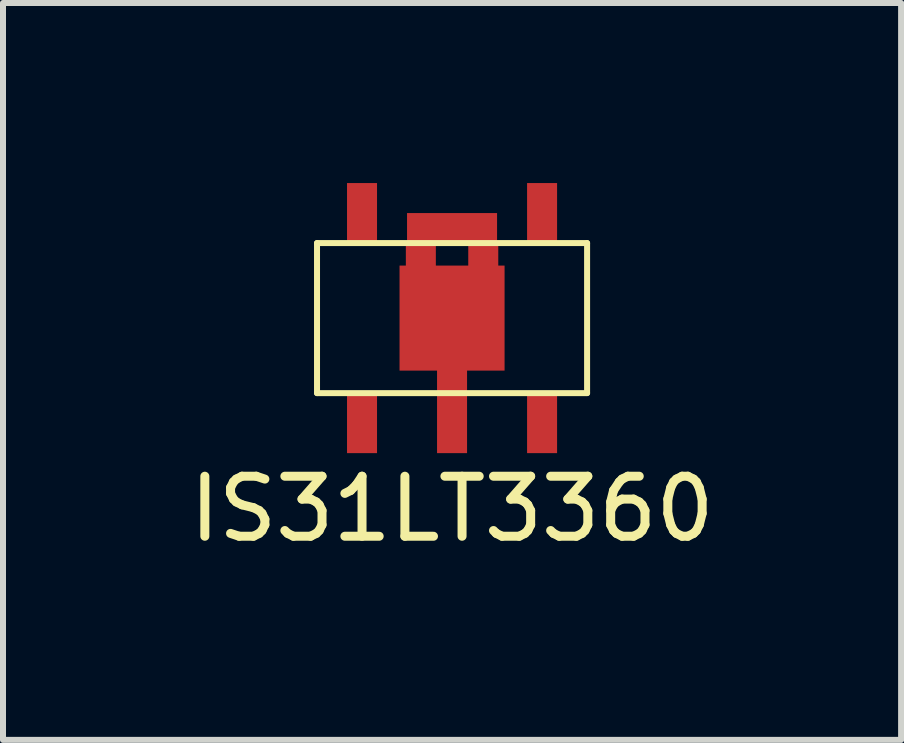
<source format=kicad_pcb>
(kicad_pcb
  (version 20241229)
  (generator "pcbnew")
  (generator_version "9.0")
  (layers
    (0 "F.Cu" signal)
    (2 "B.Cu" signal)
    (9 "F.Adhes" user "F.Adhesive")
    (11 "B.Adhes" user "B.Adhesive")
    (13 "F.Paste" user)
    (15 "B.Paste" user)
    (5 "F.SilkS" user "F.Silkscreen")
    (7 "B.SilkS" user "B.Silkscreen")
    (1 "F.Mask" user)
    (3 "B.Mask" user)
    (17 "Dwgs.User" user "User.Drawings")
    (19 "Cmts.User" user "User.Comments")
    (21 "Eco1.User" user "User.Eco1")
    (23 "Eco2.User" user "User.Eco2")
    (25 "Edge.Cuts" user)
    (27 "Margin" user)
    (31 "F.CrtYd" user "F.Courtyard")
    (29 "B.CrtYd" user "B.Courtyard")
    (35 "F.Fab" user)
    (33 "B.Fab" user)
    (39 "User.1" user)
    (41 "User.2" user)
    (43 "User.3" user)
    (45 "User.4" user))
  (footprint "IS31LT3360"
    (layer "F.Cu")
    (at 4.482 2.25)
    (property "Reference" "IS31LT3360" (at 0 3.18 0) (layer "F.SilkS") (effects (font (size 1 1) (thickness 0.15))))
    (attr through_hole)
    (fp_line (start -2.25 -1.25) (end 2.25 -1.25) (stroke (width 0.1) (type solid)) (layer "F.SilkS"))
    (fp_line (start -2.25 1.25) (end -2.25 -1.25) (stroke (width 0.1) (type solid)) (layer "F.SilkS"))
    (fp_line (start 2.25 -1.25) (end 2.25 1.25) (stroke (width 0.1) (type solid)) (layer "F.SilkS"))
    (fp_line (start 2.25 1.25) (end -2.25 1.25) (stroke (width 0.1) (type solid)) (layer "F.SilkS"))
    (pad "1" smd rect (at -1.5 1.75) (size 0.5 1) (layers "F.Cu" "F.Mask" "F.Paste"))
    (pad "2" smd rect (at -0.52 -1.062) (size 0.5 0.4) (layers "F.Cu" "F.Mask" "F.Paste"))
    (pad "2" smd rect (at 0 -1.5) (size 1.5 0.5) (layers "F.Cu" "F.Mask" "F.Paste"))
    (pad "2" smd rect (at 0 0) (size 1.75 1.75) (layers "F.Cu" "F.Mask" "F.Paste"))
    (pad "2" smd rect (at 0 1.5) (size 0.5 1.5) (layers "F.Cu" "F.Mask" "F.Paste"))
    (pad "2" smd rect (at 0.52 -1.062) (size 0.5 0.4) (layers "F.Cu" "F.Mask" "F.Paste"))
    (pad "3" smd rect (at 1.5 1.75) (size 0.5 1) (layers "F.Cu" "F.Mask" "F.Paste"))
    (pad "4" smd rect (at 1.5 -1.75) (size 0.5 1) (layers "F.Cu" "F.Mask" "F.Paste"))
    (pad "5" smd rect (at -1.5 -1.75) (size 0.5 1) (layers "F.Cu" "F.Mask" "F.Paste")))
  (gr_rect
    (start -3 -3)
    (end 11.964 9.278)
    (stroke (width 0.1) (type default))
    (fill no)
    (layer "Edge.Cuts")))
</source>
